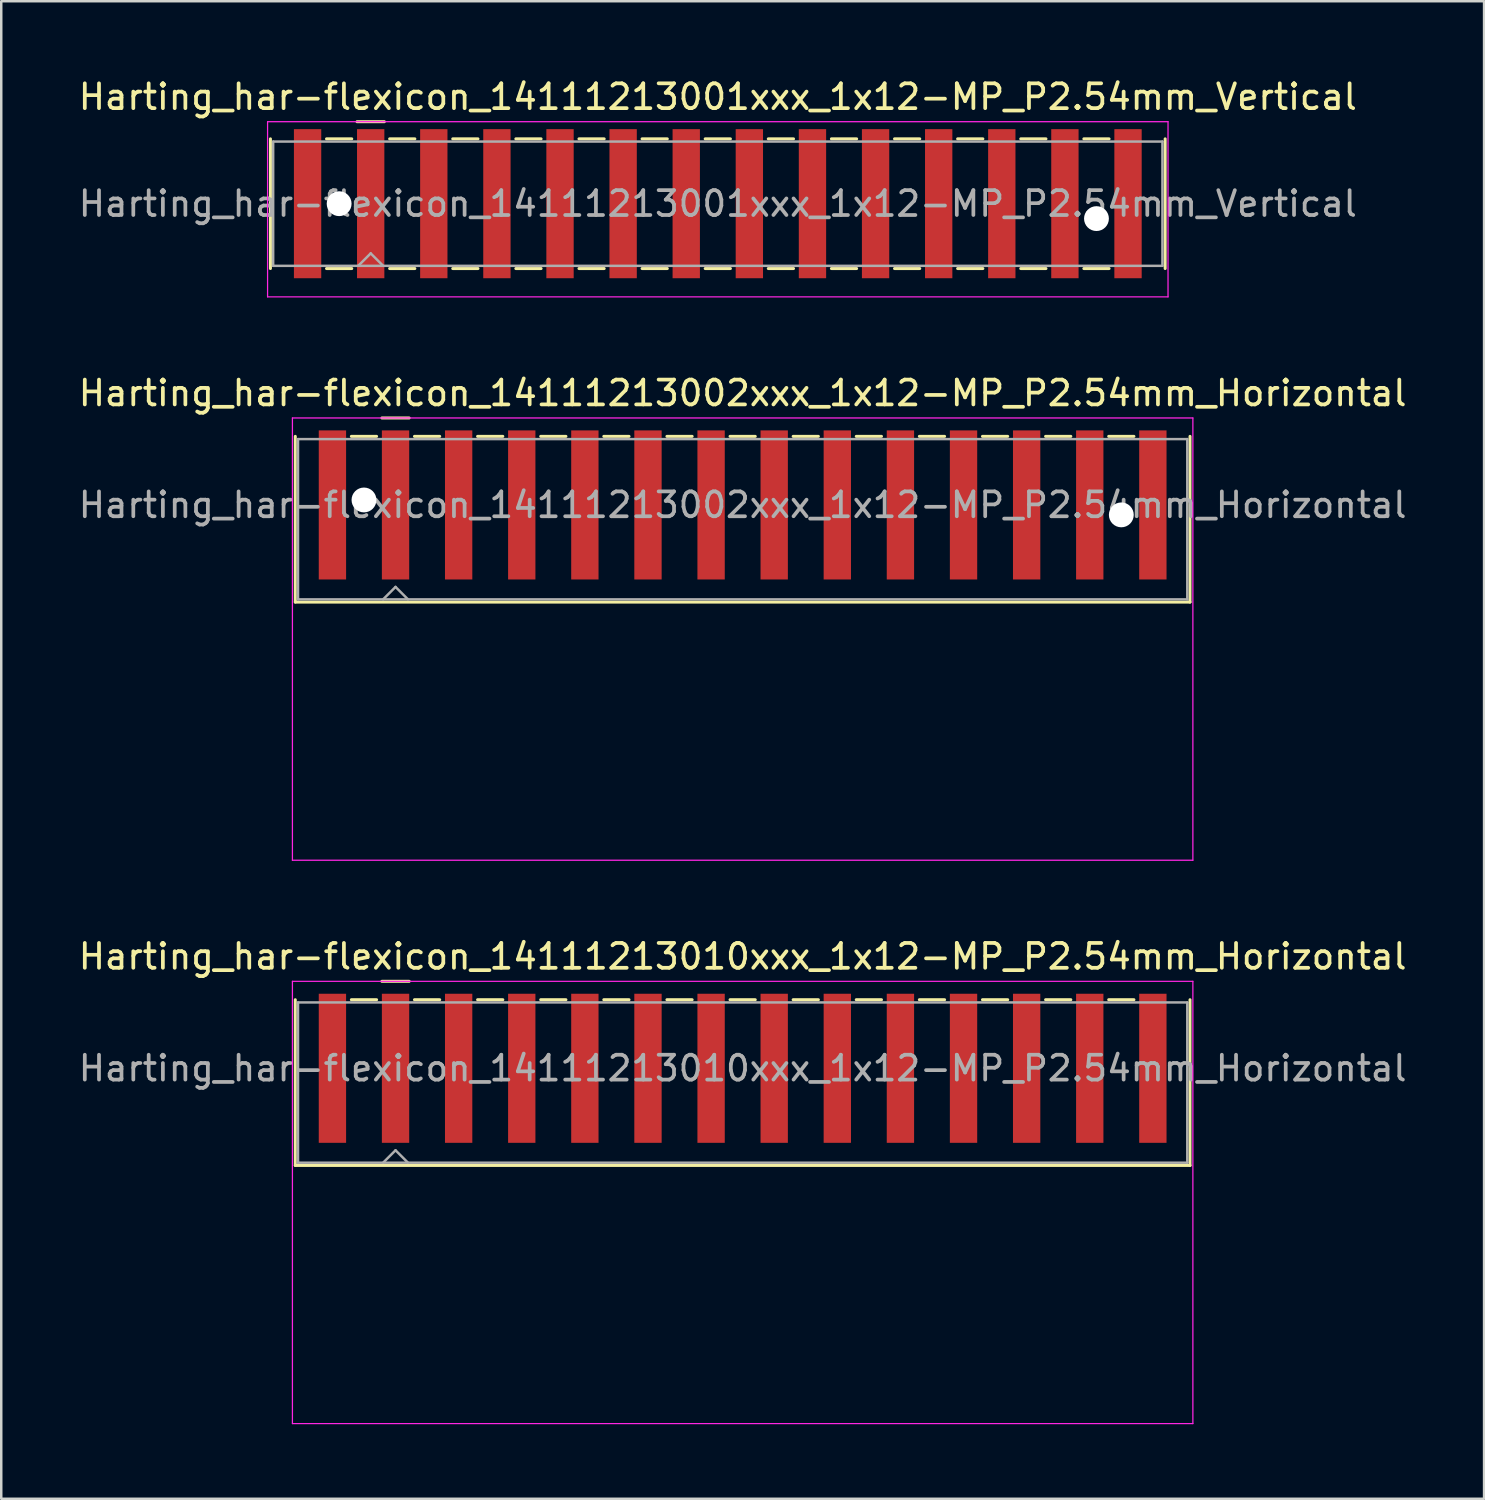
<source format=kicad_pcb>
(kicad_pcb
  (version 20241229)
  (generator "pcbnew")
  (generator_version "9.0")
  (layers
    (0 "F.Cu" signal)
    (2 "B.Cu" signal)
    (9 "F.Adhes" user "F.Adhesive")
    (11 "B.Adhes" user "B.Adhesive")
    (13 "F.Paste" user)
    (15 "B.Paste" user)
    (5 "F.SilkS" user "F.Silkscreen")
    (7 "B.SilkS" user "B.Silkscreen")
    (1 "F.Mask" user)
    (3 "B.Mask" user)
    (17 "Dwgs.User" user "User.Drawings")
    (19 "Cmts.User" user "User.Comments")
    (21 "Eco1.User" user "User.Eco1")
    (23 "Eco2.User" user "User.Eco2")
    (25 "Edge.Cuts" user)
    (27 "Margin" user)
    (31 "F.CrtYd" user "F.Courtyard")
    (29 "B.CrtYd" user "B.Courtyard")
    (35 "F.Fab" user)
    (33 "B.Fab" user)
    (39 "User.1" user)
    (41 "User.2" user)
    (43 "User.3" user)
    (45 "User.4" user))
  (footprint "Harting_har-flexicon_14111213010xxx_1x12-MP_P2.54mm_Horizontal"
    (layer "F.Cu")
    (at 26.839 41.245)
    (property "Reference" "Harting_har-flexicon_14111213010xxx_1x12-MP_P2.54mm_Horizontal" (at 0 -5.8 0) (layer "F.SilkS") (effects (font (size 1 1) (thickness 0.15))))
    (attr smd)
    (fp_line (start -18.005 -4.06) (end -18.005 2.61) (stroke (width 0.12) (type solid)) (layer "F.SilkS"))
    (fp_line (start -15.748 -4.06) (end -14.732 -4.06) (stroke (width 0.12) (type solid)) (layer "F.SilkS"))
    (fp_line (start -14.52 -4.8) (end -13.42 -4.8) (stroke (width 0.12) (type solid)) (layer "F.SilkS"))
    (fp_line (start -13.208 -4.06) (end -12.192 -4.06) (stroke (width 0.12) (type solid)) (layer "F.SilkS"))
    (fp_line (start -10.668 -4.06) (end -9.652 -4.06) (stroke (width 0.12) (type solid)) (layer "F.SilkS"))
    (fp_line (start -8.128 -4.06) (end -7.112 -4.06) (stroke (width 0.12) (type solid)) (layer "F.SilkS"))
    (fp_line (start -5.588 -4.06) (end -4.572 -4.06) (stroke (width 0.12) (type solid)) (layer "F.SilkS"))
    (fp_line (start -3.048 -4.06) (end -2.032 -4.06) (stroke (width 0.12) (type solid)) (layer "F.SilkS"))
    (fp_line (start -0.508 -4.06) (end 0.508 -4.06) (stroke (width 0.12) (type solid)) (layer "F.SilkS"))
    (fp_line (start 2.032 -4.06) (end 3.048 -4.06) (stroke (width 0.12) (type solid)) (layer "F.SilkS"))
    (fp_line (start 4.572 -4.06) (end 5.588 -4.06) (stroke (width 0.12) (type solid)) (layer "F.SilkS"))
    (fp_line (start 7.112 -4.06) (end 8.128 -4.06) (stroke (width 0.12) (type solid)) (layer "F.SilkS"))
    (fp_line (start 9.652 -4.06) (end 10.668 -4.06) (stroke (width 0.12) (type solid)) (layer "F.SilkS"))
    (fp_line (start 12.192 -4.06) (end 13.208 -4.06) (stroke (width 0.12) (type solid)) (layer "F.SilkS"))
    (fp_line (start 14.732 -4.06) (end 15.748 -4.06) (stroke (width 0.12) (type solid)) (layer "F.SilkS"))
    (fp_line (start 18.005 -4.06) (end 18.005 2.61) (stroke (width 0.12) (type solid)) (layer "F.SilkS"))
    (fp_line (start 18.005 2.61) (end -18.005 2.61) (stroke (width 0.12) (type solid)) (layer "F.SilkS"))
    (fp_line (start -18.12 -4.8) (end -18.12 13) (stroke (width 0.05) (type solid)) (layer "F.CrtYd"))
    (fp_line (start -18.12 13) (end 18.12 13) (stroke (width 0.05) (type solid)) (layer "F.CrtYd"))
    (fp_line (start 18.12 -4.8) (end -18.12 -4.8) (stroke (width 0.05) (type solid)) (layer "F.CrtYd"))
    (fp_line (start 18.12 13) (end 18.12 -4.8) (stroke (width 0.05) (type solid)) (layer "F.CrtYd"))
    (fp_line (start -17.895 -3.95) (end -17.895 2.5) (stroke (width 0.1) (type solid)) (layer "F.Fab"))
    (fp_line (start -17.895 2.5) (end 17.895 2.5) (stroke (width 0.1) (type solid)) (layer "F.Fab"))
    (fp_line (start -14.47 2.5) (end -13.97 2) (stroke (width 0.1) (type solid)) (layer "F.Fab"))
    (fp_line (start -13.97 2) (end -13.47 2.5) (stroke (width 0.1) (type solid)) (layer "F.Fab"))
    (fp_line (start 17.895 -3.95) (end -17.895 -3.95) (stroke (width 0.1) (type solid)) (layer "F.Fab"))
    (fp_line (start 17.895 2.5) (end 17.895 -3.95) (stroke (width 0.1) (type solid)) (layer "F.Fab"))
    (fp_text user "${REFERENCE}" (at 0 -1.3 0) (layer "F.Fab") (effects (font (size 1 1) (thickness 0.15))))
    (pad "1" smd rect (at -13.97 -1.3) (size 1.1 6) (layers "F.Cu" "F.Mask" "F.Paste"))
    (pad "2" smd rect (at -11.43 -1.3) (size 1.1 6) (layers "F.Cu" "F.Mask" "F.Paste"))
    (pad "3" smd rect (at -8.89 -1.3) (size 1.1 6) (layers "F.Cu" "F.Mask" "F.Paste"))
    (pad "4" smd rect (at -6.35 -1.3) (size 1.1 6) (layers "F.Cu" "F.Mask" "F.Paste"))
    (pad "5" smd rect (at -3.81 -1.3) (size 1.1 6) (layers "F.Cu" "F.Mask" "F.Paste"))
    (pad "6" smd rect (at -1.27 -1.3) (size 1.1 6) (layers "F.Cu" "F.Mask" "F.Paste"))
    (pad "7" smd rect (at 1.27 -1.3) (size 1.1 6) (layers "F.Cu" "F.Mask" "F.Paste"))
    (pad "8" smd rect (at 3.81 -1.3) (size 1.1 6) (layers "F.Cu" "F.Mask" "F.Paste"))
    (pad "9" smd rect (at 6.35 -1.3) (size 1.1 6) (layers "F.Cu" "F.Mask" "F.Paste"))
    (pad "10" smd rect (at 8.89 -1.3) (size 1.1 6) (layers "F.Cu" "F.Mask" "F.Paste"))
    (pad "11" smd rect (at 11.43 -1.3) (size 1.1 6) (layers "F.Cu" "F.Mask" "F.Paste"))
    (pad "12" smd rect (at 13.97 -1.3) (size 1.1 6) (layers "F.Cu" "F.Mask" "F.Paste"))
    (pad "MP" smd rect (at -16.51 -1.3) (size 1.1 6) (layers "F.Cu" "F.Mask" "F.Paste"))
    (pad "MP" smd rect (at 16.51 -1.3) (size 1.1 6) (layers "F.Cu" "F.Mask" "F.Paste")))
  (footprint "Harting_har-flexicon_14111213002xxx_1x12-MP_P2.54mm_Horizontal"
    (layer "F.Cu")
    (at 26.839 18.572)
    (property "Reference" "Harting_har-flexicon_14111213002xxx_1x12-MP_P2.54mm_Horizontal" (at 0 -5.8 0) (layer "F.SilkS") (effects (font (size 1 1) (thickness 0.15))))
    (attr smd)
    (fp_line (start -18.005 -4.06) (end -18.005 2.61) (stroke (width 0.12) (type solid)) (layer "F.SilkS"))
    (fp_line (start -15.748 -4.06) (end -14.732 -4.06) (stroke (width 0.12) (type solid)) (layer "F.SilkS"))
    (fp_line (start -14.52 -4.8) (end -13.42 -4.8) (stroke (width 0.12) (type solid)) (layer "F.SilkS"))
    (fp_line (start -13.208 -4.06) (end -12.192 -4.06) (stroke (width 0.12) (type solid)) (layer "F.SilkS"))
    (fp_line (start -10.668 -4.06) (end -9.652 -4.06) (stroke (width 0.12) (type solid)) (layer "F.SilkS"))
    (fp_line (start -8.128 -4.06) (end -7.112 -4.06) (stroke (width 0.12) (type solid)) (layer "F.SilkS"))
    (fp_line (start -5.588 -4.06) (end -4.572 -4.06) (stroke (width 0.12) (type solid)) (layer "F.SilkS"))
    (fp_line (start -3.048 -4.06) (end -2.032 -4.06) (stroke (width 0.12) (type solid)) (layer "F.SilkS"))
    (fp_line (start -0.508 -4.06) (end 0.508 -4.06) (stroke (width 0.12) (type solid)) (layer "F.SilkS"))
    (fp_line (start 2.032 -4.06) (end 3.048 -4.06) (stroke (width 0.12) (type solid)) (layer "F.SilkS"))
    (fp_line (start 4.572 -4.06) (end 5.588 -4.06) (stroke (width 0.12) (type solid)) (layer "F.SilkS"))
    (fp_line (start 7.112 -4.06) (end 8.128 -4.06) (stroke (width 0.12) (type solid)) (layer "F.SilkS"))
    (fp_line (start 9.652 -4.06) (end 10.668 -4.06) (stroke (width 0.12) (type solid)) (layer "F.SilkS"))
    (fp_line (start 12.192 -4.06) (end 13.208 -4.06) (stroke (width 0.12) (type solid)) (layer "F.SilkS"))
    (fp_line (start 14.732 -4.06) (end 15.748 -4.06) (stroke (width 0.12) (type solid)) (layer "F.SilkS"))
    (fp_line (start 18.005 -4.06) (end 18.005 2.61) (stroke (width 0.12) (type solid)) (layer "F.SilkS"))
    (fp_line (start 18.005 2.61) (end -18.005 2.61) (stroke (width 0.12) (type solid)) (layer "F.SilkS"))
    (fp_line (start -18.12 -4.8) (end -18.12 13) (stroke (width 0.05) (type solid)) (layer "F.CrtYd"))
    (fp_line (start -18.12 13) (end 18.12 13) (stroke (width 0.05) (type solid)) (layer "F.CrtYd"))
    (fp_line (start 18.12 -4.8) (end -18.12 -4.8) (stroke (width 0.05) (type solid)) (layer "F.CrtYd"))
    (fp_line (start 18.12 13) (end 18.12 -4.8) (stroke (width 0.05) (type solid)) (layer "F.CrtYd"))
    (fp_line (start -17.895 -3.95) (end -17.895 2.5) (stroke (width 0.1) (type solid)) (layer "F.Fab"))
    (fp_line (start -17.895 2.5) (end 17.895 2.5) (stroke (width 0.1) (type solid)) (layer "F.Fab"))
    (fp_line (start -14.47 2.5) (end -13.97 2) (stroke (width 0.1) (type solid)) (layer "F.Fab"))
    (fp_line (start -13.97 2) (end -13.47 2.5) (stroke (width 0.1) (type solid)) (layer "F.Fab"))
    (fp_line (start 17.895 -3.95) (end -17.895 -3.95) (stroke (width 0.1) (type solid)) (layer "F.Fab"))
    (fp_line (start 17.895 2.5) (end 17.895 -3.95) (stroke (width 0.1) (type solid)) (layer "F.Fab"))
    (fp_text user "${REFERENCE}" (at 0 -1.3 0) (layer "F.Fab") (effects (font (size 1 1) (thickness 0.15))))
    (pad "" np_thru_hole circle (at -15.24 -1.5) (size 1 1) (drill 1) (layers "*.Cu" "*.Mask"))
    (pad "" np_thru_hole circle (at 15.24 -0.9) (size 1 1) (drill 1) (layers "*.Cu" "*.Mask"))
    (pad "1" smd rect (at -13.97 -1.3) (size 1.1 6) (layers "F.Cu" "F.Mask" "F.Paste"))
    (pad "2" smd rect (at -11.43 -1.3) (size 1.1 6) (layers "F.Cu" "F.Mask" "F.Paste"))
    (pad "3" smd rect (at -8.89 -1.3) (size 1.1 6) (layers "F.Cu" "F.Mask" "F.Paste"))
    (pad "4" smd rect (at -6.35 -1.3) (size 1.1 6) (layers "F.Cu" "F.Mask" "F.Paste"))
    (pad "5" smd rect (at -3.81 -1.3) (size 1.1 6) (layers "F.Cu" "F.Mask" "F.Paste"))
    (pad "6" smd rect (at -1.27 -1.3) (size 1.1 6) (layers "F.Cu" "F.Mask" "F.Paste"))
    (pad "7" smd rect (at 1.27 -1.3) (size 1.1 6) (layers "F.Cu" "F.Mask" "F.Paste"))
    (pad "8" smd rect (at 3.81 -1.3) (size 1.1 6) (layers "F.Cu" "F.Mask" "F.Paste"))
    (pad "9" smd rect (at 6.35 -1.3) (size 1.1 6) (layers "F.Cu" "F.Mask" "F.Paste"))
    (pad "10" smd rect (at 8.89 -1.3) (size 1.1 6) (layers "F.Cu" "F.Mask" "F.Paste"))
    (pad "11" smd rect (at 11.43 -1.3) (size 1.1 6) (layers "F.Cu" "F.Mask" "F.Paste"))
    (pad "12" smd rect (at 13.97 -1.3) (size 1.1 6) (layers "F.Cu" "F.Mask" "F.Paste"))
    (pad "MP" smd rect (at -16.51 -1.3) (size 1.1 6) (layers "F.Cu" "F.Mask" "F.Paste"))
    (pad "MP" smd rect (at 16.51 -1.3) (size 1.1 6) (layers "F.Cu" "F.Mask" "F.Paste")))
  (footprint "Harting_har-flexicon_14111213001xxx_1x12-MP_P2.54mm_Vertical"
    (layer "F.Cu")
    (at 25.839 5.148)
    (property "Reference" "Harting_har-flexicon_14111213001xxx_1x12-MP_P2.54mm_Vertical" (at 0 -4.3 0) (layer "F.SilkS") (effects (font (size 1 1) (thickness 0.15))))
    (attr smd)
    (fp_line (start -18.005 -2.61) (end -18.005 2.61) (stroke (width 0.12) (type solid)) (layer "F.SilkS"))
    (fp_line (start -15.748 -2.61) (end -14.732 -2.61) (stroke (width 0.12) (type solid)) (layer "F.SilkS"))
    (fp_line (start -15.748 2.61) (end -14.732 2.61) (stroke (width 0.12) (type solid)) (layer "F.SilkS"))
    (fp_line (start -14.52 -3.3) (end -13.42 -3.3) (stroke (width 0.12) (type solid)) (layer "F.SilkS"))
    (fp_line (start -13.208 -2.61) (end -12.192 -2.61) (stroke (width 0.12) (type solid)) (layer "F.SilkS"))
    (fp_line (start -13.208 2.61) (end -12.192 2.61) (stroke (width 0.12) (type solid)) (layer "F.SilkS"))
    (fp_line (start -10.668 -2.61) (end -9.652 -2.61) (stroke (width 0.12) (type solid)) (layer "F.SilkS"))
    (fp_line (start -10.668 2.61) (end -9.652 2.61) (stroke (width 0.12) (type solid)) (layer "F.SilkS"))
    (fp_line (start -8.128 -2.61) (end -7.112 -2.61) (stroke (width 0.12) (type solid)) (layer "F.SilkS"))
    (fp_line (start -8.128 2.61) (end -7.112 2.61) (stroke (width 0.12) (type solid)) (layer "F.SilkS"))
    (fp_line (start -5.588 -2.61) (end -4.572 -2.61) (stroke (width 0.12) (type solid)) (layer "F.SilkS"))
    (fp_line (start -5.588 2.61) (end -4.572 2.61) (stroke (width 0.12) (type solid)) (layer "F.SilkS"))
    (fp_line (start -3.048 -2.61) (end -2.032 -2.61) (stroke (width 0.12) (type solid)) (layer "F.SilkS"))
    (fp_line (start -3.048 2.61) (end -2.032 2.61) (stroke (width 0.12) (type solid)) (layer "F.SilkS"))
    (fp_line (start -0.508 -2.61) (end 0.508 -2.61) (stroke (width 0.12) (type solid)) (layer "F.SilkS"))
    (fp_line (start -0.508 2.61) (end 0.508 2.61) (stroke (width 0.12) (type solid)) (layer "F.SilkS"))
    (fp_line (start 2.032 -2.61) (end 3.048 -2.61) (stroke (width 0.12) (type solid)) (layer "F.SilkS"))
    (fp_line (start 2.032 2.61) (end 3.048 2.61) (stroke (width 0.12) (type solid)) (layer "F.SilkS"))
    (fp_line (start 4.572 -2.61) (end 5.588 -2.61) (stroke (width 0.12) (type solid)) (layer "F.SilkS"))
    (fp_line (start 4.572 2.61) (end 5.588 2.61) (stroke (width 0.12) (type solid)) (layer "F.SilkS"))
    (fp_line (start 7.112 -2.61) (end 8.128 -2.61) (stroke (width 0.12) (type solid)) (layer "F.SilkS"))
    (fp_line (start 7.112 2.61) (end 8.128 2.61) (stroke (width 0.12) (type solid)) (layer "F.SilkS"))
    (fp_line (start 9.652 -2.61) (end 10.668 -2.61) (stroke (width 0.12) (type solid)) (layer "F.SilkS"))
    (fp_line (start 9.652 2.61) (end 10.668 2.61) (stroke (width 0.12) (type solid)) (layer "F.SilkS"))
    (fp_line (start 12.192 -2.61) (end 13.208 -2.61) (stroke (width 0.12) (type solid)) (layer "F.SilkS"))
    (fp_line (start 12.192 2.61) (end 13.208 2.61) (stroke (width 0.12) (type solid)) (layer "F.SilkS"))
    (fp_line (start 14.732 -2.61) (end 15.748 -2.61) (stroke (width 0.12) (type solid)) (layer "F.SilkS"))
    (fp_line (start 14.732 2.61) (end 15.748 2.61) (stroke (width 0.12) (type solid)) (layer "F.SilkS"))
    (fp_line (start 18.005 -2.61) (end 18.005 2.61) (stroke (width 0.12) (type solid)) (layer "F.SilkS"))
    (fp_line (start -18.12 -3.3) (end -18.12 3.75) (stroke (width 0.05) (type solid)) (layer "F.CrtYd"))
    (fp_line (start -18.12 3.75) (end 18.12 3.75) (stroke (width 0.05) (type solid)) (layer "F.CrtYd"))
    (fp_line (start 18.12 -3.3) (end -18.12 -3.3) (stroke (width 0.05) (type solid)) (layer "F.CrtYd"))
    (fp_line (start 18.12 3.75) (end 18.12 -3.3) (stroke (width 0.05) (type solid)) (layer "F.CrtYd"))
    (fp_line (start -17.895 -2.5) (end -17.895 2.5) (stroke (width 0.1) (type solid)) (layer "F.Fab"))
    (fp_line (start -17.895 2.5) (end 17.895 2.5) (stroke (width 0.1) (type solid)) (layer "F.Fab"))
    (fp_line (start -14.47 2.5) (end -13.97 2) (stroke (width 0.1) (type solid)) (layer "F.Fab"))
    (fp_line (start -13.97 2) (end -13.47 2.5) (stroke (width 0.1) (type solid)) (layer "F.Fab"))
    (fp_line (start 17.895 -2.5) (end -17.895 -2.5) (stroke (width 0.1) (type solid)) (layer "F.Fab"))
    (fp_line (start 17.895 2.5) (end 17.895 -2.5) (stroke (width 0.1) (type solid)) (layer "F.Fab"))
    (fp_text user "${REFERENCE}" (at 0 0 0) (layer "F.Fab") (effects (font (size 1 1) (thickness 0.15))))
    (pad "" np_thru_hole circle (at -15.24 0) (size 1 1) (drill 1) (layers "*.Cu" "*.Mask"))
    (pad "" np_thru_hole circle (at 15.24 0.6) (size 1 1) (drill 1) (layers "*.Cu" "*.Mask"))
    (pad "1" smd rect (at -13.97 0) (size 1.1 6) (layers "F.Cu" "F.Mask" "F.Paste"))
    (pad "2" smd rect (at -11.43 0) (size 1.1 6) (layers "F.Cu" "F.Mask" "F.Paste"))
    (pad "3" smd rect (at -8.89 0) (size 1.1 6) (layers "F.Cu" "F.Mask" "F.Paste"))
    (pad "4" smd rect (at -6.35 0) (size 1.1 6) (layers "F.Cu" "F.Mask" "F.Paste"))
    (pad "5" smd rect (at -3.81 0) (size 1.1 6) (layers "F.Cu" "F.Mask" "F.Paste"))
    (pad "6" smd rect (at -1.27 0) (size 1.1 6) (layers "F.Cu" "F.Mask" "F.Paste"))
    (pad "7" smd rect (at 1.27 0) (size 1.1 6) (layers "F.Cu" "F.Mask" "F.Paste"))
    (pad "8" smd rect (at 3.81 0) (size 1.1 6) (layers "F.Cu" "F.Mask" "F.Paste"))
    (pad "9" smd rect (at 6.35 0) (size 1.1 6) (layers "F.Cu" "F.Mask" "F.Paste"))
    (pad "10" smd rect (at 8.89 0) (size 1.1 6) (layers "F.Cu" "F.Mask" "F.Paste"))
    (pad "11" smd rect (at 11.43 0) (size 1.1 6) (layers "F.Cu" "F.Mask" "F.Paste"))
    (pad "12" smd rect (at 13.97 0) (size 1.1 6) (layers "F.Cu" "F.Mask" "F.Paste"))
    (pad "MP" smd rect (at -16.51 0) (size 1.1 6) (layers "F.Cu" "F.Mask" "F.Paste"))
    (pad "MP" smd rect (at 16.51 0) (size 1.1 6) (layers "F.Cu" "F.Mask" "F.Paste")))
  (gr_rect
    (start -3 -3)
    (end 56.679 57.27)
    (stroke (width 0.1) (type default))
    (fill no)
    (layer "Edge.Cuts")))
</source>
